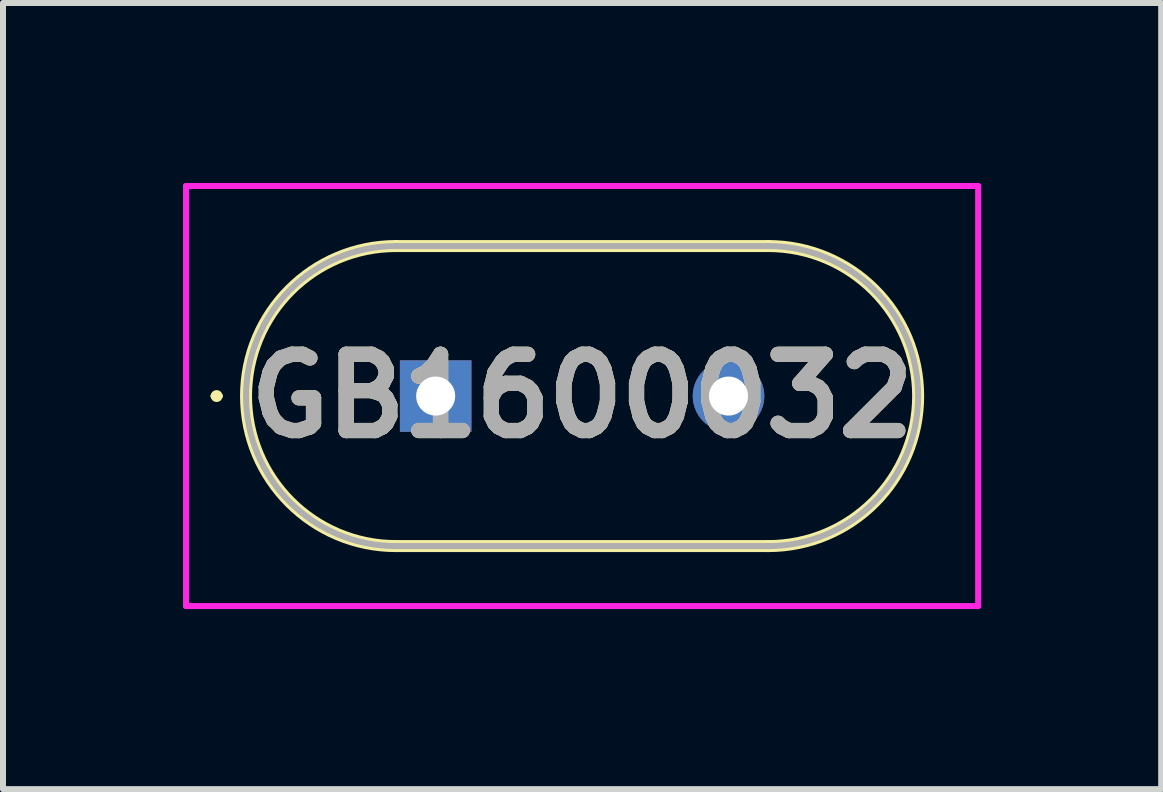
<source format=kicad_pcb>
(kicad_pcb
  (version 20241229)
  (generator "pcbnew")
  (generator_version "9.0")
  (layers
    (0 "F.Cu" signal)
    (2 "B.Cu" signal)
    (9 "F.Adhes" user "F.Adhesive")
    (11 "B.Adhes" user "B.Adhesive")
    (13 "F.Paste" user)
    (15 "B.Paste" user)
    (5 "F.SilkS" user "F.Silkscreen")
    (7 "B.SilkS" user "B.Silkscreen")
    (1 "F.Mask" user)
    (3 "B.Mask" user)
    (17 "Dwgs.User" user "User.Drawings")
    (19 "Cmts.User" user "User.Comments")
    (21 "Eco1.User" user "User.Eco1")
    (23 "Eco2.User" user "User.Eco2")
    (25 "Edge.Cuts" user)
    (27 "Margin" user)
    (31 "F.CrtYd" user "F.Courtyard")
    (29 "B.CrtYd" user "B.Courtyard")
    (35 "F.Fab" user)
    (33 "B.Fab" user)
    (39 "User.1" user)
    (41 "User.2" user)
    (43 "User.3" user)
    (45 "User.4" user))
  (footprint "GB1600032"
    (layer "F.Cu")
    (at 4.21 3.55)
    (property "Reference" "GB1600032" (at 2.44 0 0) (layer "F.SilkS") (effects (font (size 1.27 1.27) (thickness 0.254))))
    (attr through_hole)
    (fp_line (start -3.7 0) (end -3.7 0) (stroke (width 0.1) (type solid)) (layer "F.SilkS"))
    (fp_line (start -3.6 0) (end -3.6 0) (stroke (width 0.1) (type solid)) (layer "F.SilkS"))
    (fp_line (start -0.66 -2.5) (end -0.66 -2.5) (stroke (width 0.2) (type solid)) (layer "F.SilkS"))
    (fp_line (start -0.66 2.5) (end 5.54 2.5) (stroke (width 0.2) (type solid)) (layer "F.SilkS"))
    (fp_line (start 5.54 -2.5) (end -0.66 -2.5) (stroke (width 0.2) (type solid)) (layer "F.SilkS"))
    (fp_line (start 5.54 2.5) (end 5.54 2.5) (stroke (width 0.2) (type solid)) (layer "F.SilkS"))
    (fp_arc (start -3.7 0) (mid -3.65 -0.05) (end -3.6 0) (stroke (width 0.1) (type solid)) (layer "F.SilkS"))
    (fp_arc (start -3.6 0) (mid -3.65 0.05) (end -3.7 0) (stroke (width 0.1) (type solid)) (layer "F.SilkS"))
    (fp_arc (start -0.66 2.5) (mid -3.16 0) (end -0.66 -2.5) (stroke (width 0.2) (type solid)) (layer "F.SilkS"))
    (fp_arc (start 5.54 -2.5) (mid 8.04 0) (end 5.54 2.5) (stroke (width 0.2) (type solid)) (layer "F.SilkS"))
    (fp_line (start -4.16 -3.5) (end 9.04 -3.5) (stroke (width 0.1) (type solid)) (layer "F.CrtYd"))
    (fp_line (start -4.16 3.5) (end -4.16 -3.5) (stroke (width 0.1) (type solid)) (layer "F.CrtYd"))
    (fp_line (start 9.04 -3.5) (end 9.04 3.5) (stroke (width 0.1) (type solid)) (layer "F.CrtYd"))
    (fp_line (start 9.04 3.5) (end -4.16 3.5) (stroke (width 0.1) (type solid)) (layer "F.CrtYd"))
    (fp_line (start -0.66 -2.5) (end -0.66 -2.5) (stroke (width 0.1) (type solid)) (layer "F.Fab"))
    (fp_line (start -0.66 2.5) (end 5.54 2.5) (stroke (width 0.1) (type solid)) (layer "F.Fab"))
    (fp_line (start 5.54 -2.5) (end -0.66 -2.5) (stroke (width 0.1) (type solid)) (layer "F.Fab"))
    (fp_line (start 5.54 2.5) (end 5.54 2.5) (stroke (width 0.1) (type solid)) (layer "F.Fab"))
    (fp_arc (start -0.66 2.5) (mid -3.16 0) (end -0.66 -2.5) (stroke (width 0.1) (type solid)) (layer "F.Fab"))
    (fp_arc (start 5.54 -2.5) (mid 8.04 0) (end 5.54 2.5) (stroke (width 0.1) (type solid)) (layer "F.Fab"))
    (fp_text user "${REFERENCE}" (at 2.44 0 0) (layer "F.Fab") (effects (font (size 1.27 1.27) (thickness 0.254))))
    (pad "1" thru_hole rect (at 0 0) (size 1.192 1.192) (drill 0.65) (layers "*.Cu" "*.Mask"))
    (pad "2" thru_hole circle (at 4.88 0) (size 1.192 1.192) (drill 0.65) (layers "*.Cu" "*.Mask")))
  (gr_rect
    (start -3 -3)
    (end 16.3 10.1)
    (stroke (width 0.1) (type default))
    (fill no)
    (layer "Edge.Cuts")))
</source>
